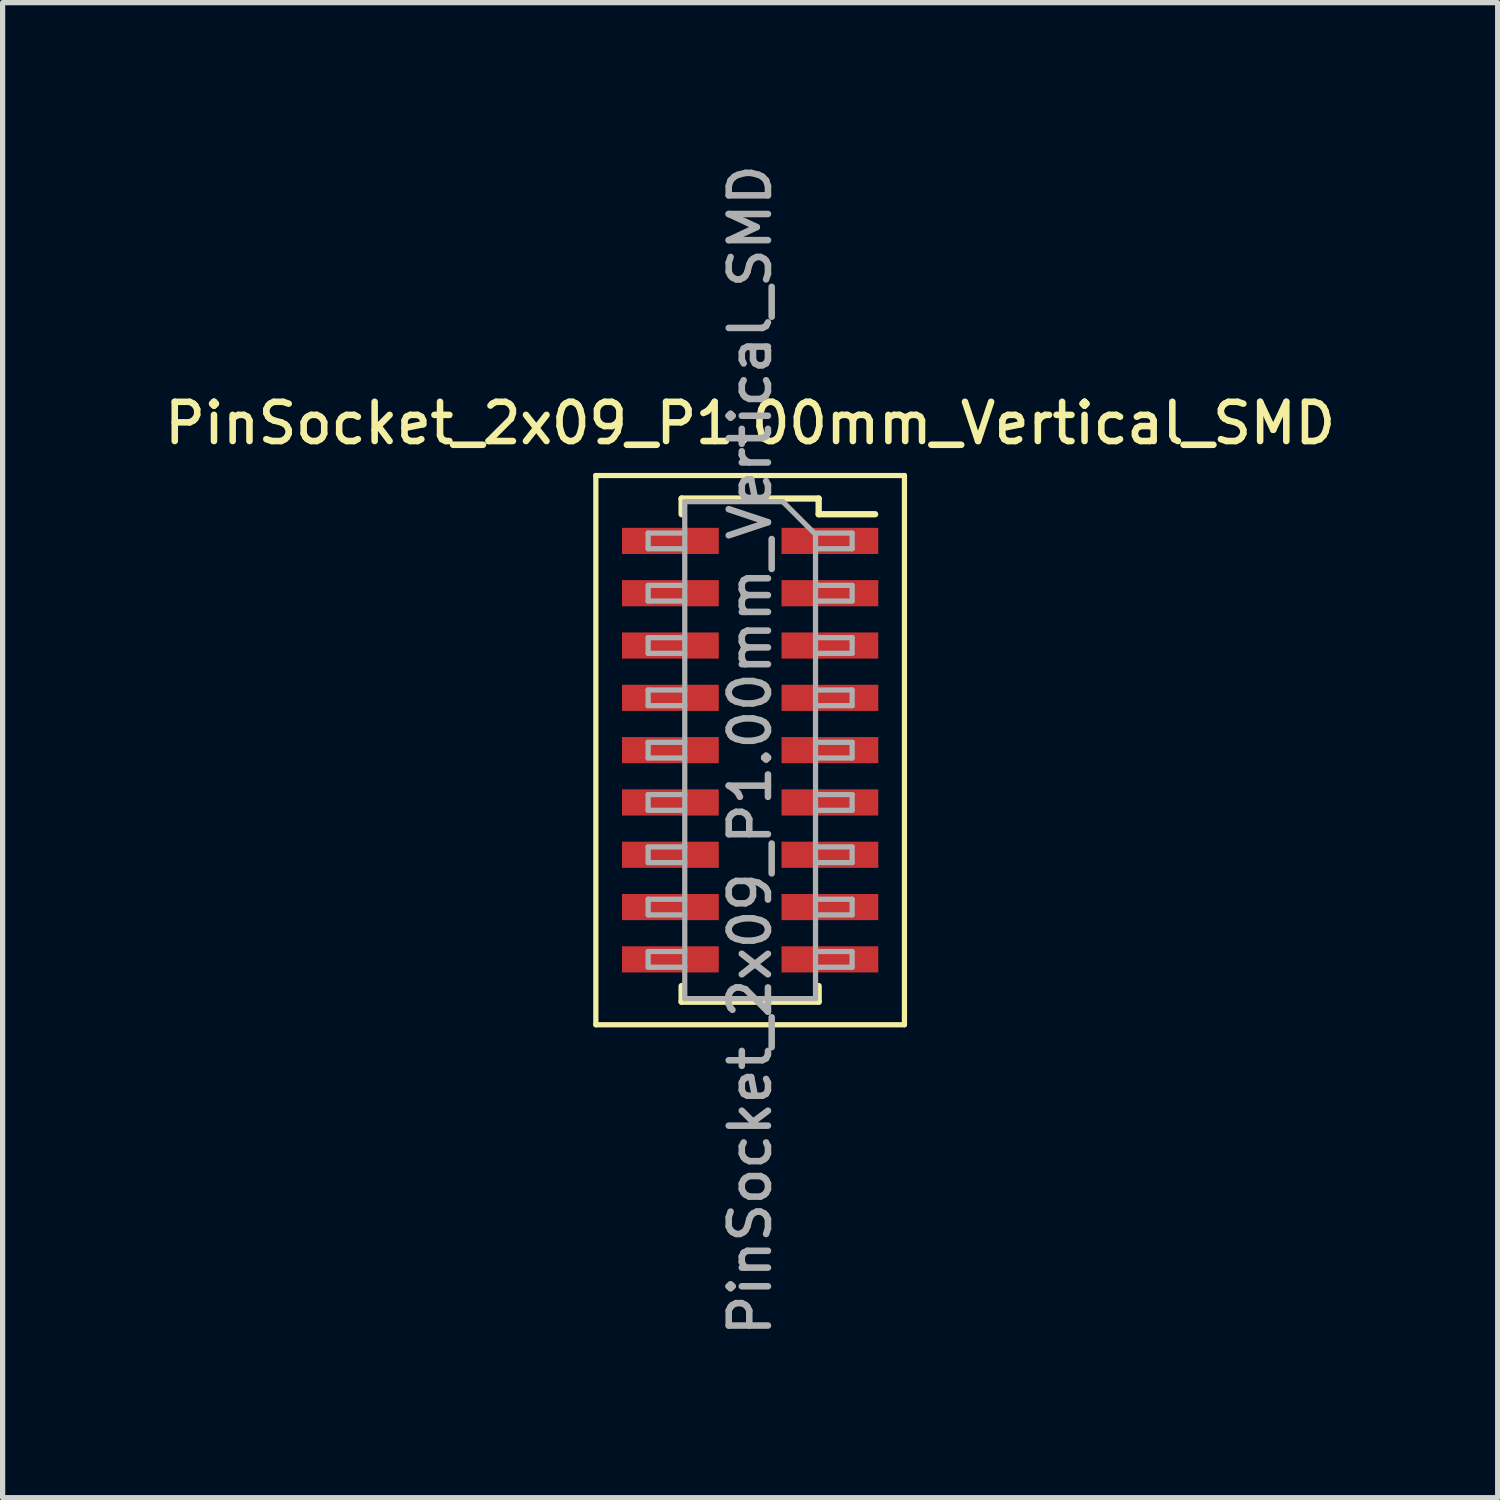
<source format=kicad_pcb>
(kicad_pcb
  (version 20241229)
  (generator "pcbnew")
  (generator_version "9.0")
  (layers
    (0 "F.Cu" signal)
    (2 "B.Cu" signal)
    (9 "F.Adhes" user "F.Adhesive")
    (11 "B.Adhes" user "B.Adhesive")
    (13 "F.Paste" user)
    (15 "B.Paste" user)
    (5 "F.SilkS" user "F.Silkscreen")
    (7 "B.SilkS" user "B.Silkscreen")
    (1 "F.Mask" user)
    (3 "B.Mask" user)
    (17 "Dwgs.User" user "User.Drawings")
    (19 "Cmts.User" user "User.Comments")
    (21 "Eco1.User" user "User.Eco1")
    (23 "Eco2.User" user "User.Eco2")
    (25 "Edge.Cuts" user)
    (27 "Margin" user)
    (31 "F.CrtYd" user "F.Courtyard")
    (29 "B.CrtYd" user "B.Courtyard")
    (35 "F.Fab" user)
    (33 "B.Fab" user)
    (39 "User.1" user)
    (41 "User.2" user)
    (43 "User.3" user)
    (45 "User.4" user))
  (footprint "PinSocket_2x09_P1.00mm_Vertical_SMD"
    (layer "F.Cu")
    (at 11.291 11.291)
    (property "Reference" "PinSocket_2x09_P1.00mm_Vertical_SMD" (at 0 -6.25 0) (layer "F.SilkS") (effects (font (size 0.75 0.75) (thickness 0.125))))
    (attr smd)
    (fp_line (start -2.95 -5.25) (end 2.95 -5.25) (stroke (width 0.1) (type solid)) (layer "F.SilkS"))
    (fp_line (start -2.95 5.25) (end -2.95 -5.25) (stroke (width 0.1) (type solid)) (layer "F.SilkS"))
    (fp_line (start -1.31 -4.81) (end -1.31 -4.51) (stroke (width 0.12) (type solid)) (layer "F.SilkS"))
    (fp_line (start -1.31 -4.81) (end 1.31 -4.81) (stroke (width 0.12) (type solid)) (layer "F.SilkS"))
    (fp_line (start -1.31 4.51) (end -1.31 4.81) (stroke (width 0.12) (type solid)) (layer "F.SilkS"))
    (fp_line (start -1.31 4.81) (end 1.31 4.81) (stroke (width 0.12) (type solid)) (layer "F.SilkS"))
    (fp_line (start 1.31 -4.81) (end 1.31 -4.51) (stroke (width 0.12) (type solid)) (layer "F.SilkS"))
    (fp_line (start 1.31 -4.51) (end 2.39 -4.51) (stroke (width 0.12) (type solid)) (layer "F.SilkS"))
    (fp_line (start 1.31 4.51) (end 1.31 4.81) (stroke (width 0.12) (type solid)) (layer "F.SilkS"))
    (fp_line (start 2.95 -5.25) (end 2.95 5.25) (stroke (width 0.1) (type solid)) (layer "F.SilkS"))
    (fp_line (start 2.95 5.25) (end -2.95 5.25) (stroke (width 0.1) (type solid)) (layer "F.SilkS"))
    (fp_line (start -1.95 -4.15) (end -1.25 -4.15) (stroke (width 0.1) (type solid)) (layer "F.Fab"))
    (fp_line (start -1.95 -3.85) (end -1.95 -4.15) (stroke (width 0.1) (type solid)) (layer "F.Fab"))
    (fp_line (start -1.95 -3.15) (end -1.25 -3.15) (stroke (width 0.1) (type solid)) (layer "F.Fab"))
    (fp_line (start -1.95 -2.85) (end -1.95 -3.15) (stroke (width 0.1) (type solid)) (layer "F.Fab"))
    (fp_line (start -1.95 -2.15) (end -1.25 -2.15) (stroke (width 0.1) (type solid)) (layer "F.Fab"))
    (fp_line (start -1.95 -1.85) (end -1.95 -2.15) (stroke (width 0.1) (type solid)) (layer "F.Fab"))
    (fp_line (start -1.95 -1.15) (end -1.25 -1.15) (stroke (width 0.1) (type solid)) (layer "F.Fab"))
    (fp_line (start -1.95 -0.85) (end -1.95 -1.15) (stroke (width 0.1) (type solid)) (layer "F.Fab"))
    (fp_line (start -1.95 -0.15) (end -1.25 -0.15) (stroke (width 0.1) (type solid)) (layer "F.Fab"))
    (fp_line (start -1.95 0.15) (end -1.95 -0.15) (stroke (width 0.1) (type solid)) (layer "F.Fab"))
    (fp_line (start -1.95 0.85) (end -1.25 0.85) (stroke (width 0.1) (type solid)) (layer "F.Fab"))
    (fp_line (start -1.95 1.15) (end -1.95 0.85) (stroke (width 0.1) (type solid)) (layer "F.Fab"))
    (fp_line (start -1.95 1.85) (end -1.25 1.85) (stroke (width 0.1) (type solid)) (layer "F.Fab"))
    (fp_line (start -1.95 2.15) (end -1.95 1.85) (stroke (width 0.1) (type solid)) (layer "F.Fab"))
    (fp_line (start -1.95 2.85) (end -1.25 2.85) (stroke (width 0.1) (type solid)) (layer "F.Fab"))
    (fp_line (start -1.95 3.15) (end -1.95 2.85) (stroke (width 0.1) (type solid)) (layer "F.Fab"))
    (fp_line (start -1.95 3.85) (end -1.25 3.85) (stroke (width 0.1) (type solid)) (layer "F.Fab"))
    (fp_line (start -1.95 4.15) (end -1.95 3.85) (stroke (width 0.1) (type solid)) (layer "F.Fab"))
    (fp_line (start -1.25 -4.75) (end 0.625 -4.75) (stroke (width 0.1) (type solid)) (layer "F.Fab"))
    (fp_line (start -1.25 -3.85) (end -1.95 -3.85) (stroke (width 0.1) (type solid)) (layer "F.Fab"))
    (fp_line (start -1.25 -2.85) (end -1.95 -2.85) (stroke (width 0.1) (type solid)) (layer "F.Fab"))
    (fp_line (start -1.25 -1.85) (end -1.95 -1.85) (stroke (width 0.1) (type solid)) (layer "F.Fab"))
    (fp_line (start -1.25 -0.85) (end -1.95 -0.85) (stroke (width 0.1) (type solid)) (layer "F.Fab"))
    (fp_line (start -1.25 0.15) (end -1.95 0.15) (stroke (width 0.1) (type solid)) (layer "F.Fab"))
    (fp_line (start -1.25 1.15) (end -1.95 1.15) (stroke (width 0.1) (type solid)) (layer "F.Fab"))
    (fp_line (start -1.25 2.15) (end -1.95 2.15) (stroke (width 0.1) (type solid)) (layer "F.Fab"))
    (fp_line (start -1.25 3.15) (end -1.95 3.15) (stroke (width 0.1) (type solid)) (layer "F.Fab"))
    (fp_line (start -1.25 4.15) (end -1.95 4.15) (stroke (width 0.1) (type solid)) (layer "F.Fab"))
    (fp_line (start -1.25 4.75) (end -1.25 -4.75) (stroke (width 0.1) (type solid)) (layer "F.Fab"))
    (fp_line (start 0.625 -4.75) (end 1.25 -4.125) (stroke (width 0.1) (type solid)) (layer "F.Fab"))
    (fp_line (start 1.25 -4.15) (end 1.95 -4.15) (stroke (width 0.1) (type solid)) (layer "F.Fab"))
    (fp_line (start 1.25 -4.125) (end 1.25 4.75) (stroke (width 0.1) (type solid)) (layer "F.Fab"))
    (fp_line (start 1.25 -3.15) (end 1.95 -3.15) (stroke (width 0.1) (type solid)) (layer "F.Fab"))
    (fp_line (start 1.25 -2.15) (end 1.95 -2.15) (stroke (width 0.1) (type solid)) (layer "F.Fab"))
    (fp_line (start 1.25 -1.15) (end 1.95 -1.15) (stroke (width 0.1) (type solid)) (layer "F.Fab"))
    (fp_line (start 1.25 -0.15) (end 1.95 -0.15) (stroke (width 0.1) (type solid)) (layer "F.Fab"))
    (fp_line (start 1.25 0.85) (end 1.95 0.85) (stroke (width 0.1) (type solid)) (layer "F.Fab"))
    (fp_line (start 1.25 1.85) (end 1.95 1.85) (stroke (width 0.1) (type solid)) (layer "F.Fab"))
    (fp_line (start 1.25 2.85) (end 1.95 2.85) (stroke (width 0.1) (type solid)) (layer "F.Fab"))
    (fp_line (start 1.25 3.85) (end 1.95 3.85) (stroke (width 0.1) (type solid)) (layer "F.Fab"))
    (fp_line (start 1.25 4.75) (end -1.25 4.75) (stroke (width 0.1) (type solid)) (layer "F.Fab"))
    (fp_line (start 1.95 -4.15) (end 1.95 -3.85) (stroke (width 0.1) (type solid)) (layer "F.Fab"))
    (fp_line (start 1.95 -3.85) (end 1.25 -3.85) (stroke (width 0.1) (type solid)) (layer "F.Fab"))
    (fp_line (start 1.95 -3.15) (end 1.95 -2.85) (stroke (width 0.1) (type solid)) (layer "F.Fab"))
    (fp_line (start 1.95 -2.85) (end 1.25 -2.85) (stroke (width 0.1) (type solid)) (layer "F.Fab"))
    (fp_line (start 1.95 -2.15) (end 1.95 -1.85) (stroke (width 0.1) (type solid)) (layer "F.Fab"))
    (fp_line (start 1.95 -1.85) (end 1.25 -1.85) (stroke (width 0.1) (type solid)) (layer "F.Fab"))
    (fp_line (start 1.95 -1.15) (end 1.95 -0.85) (stroke (width 0.1) (type solid)) (layer "F.Fab"))
    (fp_line (start 1.95 -0.85) (end 1.25 -0.85) (stroke (width 0.1) (type solid)) (layer "F.Fab"))
    (fp_line (start 1.95 -0.15) (end 1.95 0.15) (stroke (width 0.1) (type solid)) (layer "F.Fab"))
    (fp_line (start 1.95 0.15) (end 1.25 0.15) (stroke (width 0.1) (type solid)) (layer "F.Fab"))
    (fp_line (start 1.95 0.85) (end 1.95 1.15) (stroke (width 0.1) (type solid)) (layer "F.Fab"))
    (fp_line (start 1.95 1.15) (end 1.25 1.15) (stroke (width 0.1) (type solid)) (layer "F.Fab"))
    (fp_line (start 1.95 1.85) (end 1.95 2.15) (stroke (width 0.1) (type solid)) (layer "F.Fab"))
    (fp_line (start 1.95 2.15) (end 1.25 2.15) (stroke (width 0.1) (type solid)) (layer "F.Fab"))
    (fp_line (start 1.95 2.85) (end 1.95 3.15) (stroke (width 0.1) (type solid)) (layer "F.Fab"))
    (fp_line (start 1.95 3.15) (end 1.25 3.15) (stroke (width 0.1) (type solid)) (layer "F.Fab"))
    (fp_line (start 1.95 3.85) (end 1.95 4.15) (stroke (width 0.1) (type solid)) (layer "F.Fab"))
    (fp_line (start 1.95 4.15) (end 1.25 4.15) (stroke (width 0.1) (type solid)) (layer "F.Fab"))
    (fp_text user "${REFERENCE}" (at 0 0 90) (layer "F.Fab") (effects (font (size 0.75 0.75) (thickness 0.125))))
    (pad "1" smd rect (at 1.525 -4) (size 1.85 0.5) (layers "F.Cu" "F.Mask" "F.Paste"))
    (pad "2" smd rect (at -1.525 -4) (size 1.85 0.5) (layers "F.Cu" "F.Mask" "F.Paste"))
    (pad "3" smd rect (at 1.525 -3) (size 1.85 0.5) (layers "F.Cu" "F.Mask" "F.Paste"))
    (pad "4" smd rect (at -1.525 -3) (size 1.85 0.5) (layers "F.Cu" "F.Mask" "F.Paste"))
    (pad "5" smd rect (at 1.525 -2) (size 1.85 0.5) (layers "F.Cu" "F.Mask" "F.Paste"))
    (pad "6" smd rect (at -1.525 -2) (size 1.85 0.5) (layers "F.Cu" "F.Mask" "F.Paste"))
    (pad "7" smd rect (at 1.525 -1) (size 1.85 0.5) (layers "F.Cu" "F.Mask" "F.Paste"))
    (pad "8" smd rect (at -1.525 -1) (size 1.85 0.5) (layers "F.Cu" "F.Mask" "F.Paste"))
    (pad "9" smd rect (at 1.525 0) (size 1.85 0.5) (layers "F.Cu" "F.Mask" "F.Paste"))
    (pad "10" smd rect (at -1.525 0) (size 1.85 0.5) (layers "F.Cu" "F.Mask" "F.Paste"))
    (pad "11" smd rect (at 1.525 1) (size 1.85 0.5) (layers "F.Cu" "F.Mask" "F.Paste"))
    (pad "12" smd rect (at -1.525 1) (size 1.85 0.5) (layers "F.Cu" "F.Mask" "F.Paste"))
    (pad "13" smd rect (at 1.525 2) (size 1.85 0.5) (layers "F.Cu" "F.Mask" "F.Paste"))
    (pad "14" smd rect (at -1.525 2) (size 1.85 0.5) (layers "F.Cu" "F.Mask" "F.Paste"))
    (pad "15" smd rect (at 1.525 3) (size 1.85 0.5) (layers "F.Cu" "F.Mask" "F.Paste"))
    (pad "16" smd rect (at -1.525 3) (size 1.85 0.5) (layers "F.Cu" "F.Mask" "F.Paste"))
    (pad "17" smd rect (at 1.525 4) (size 1.85 0.5) (layers "F.Cu" "F.Mask" "F.Paste"))
    (pad "18" smd rect (at -1.525 4) (size 1.85 0.5) (layers "F.Cu" "F.Mask" "F.Paste")))
  (gr_rect
    (start -3 -3)
    (end 25.582 25.582)
    (stroke (width 0.1) (type default))
    (fill no)
    (layer "Edge.Cuts")))
</source>
